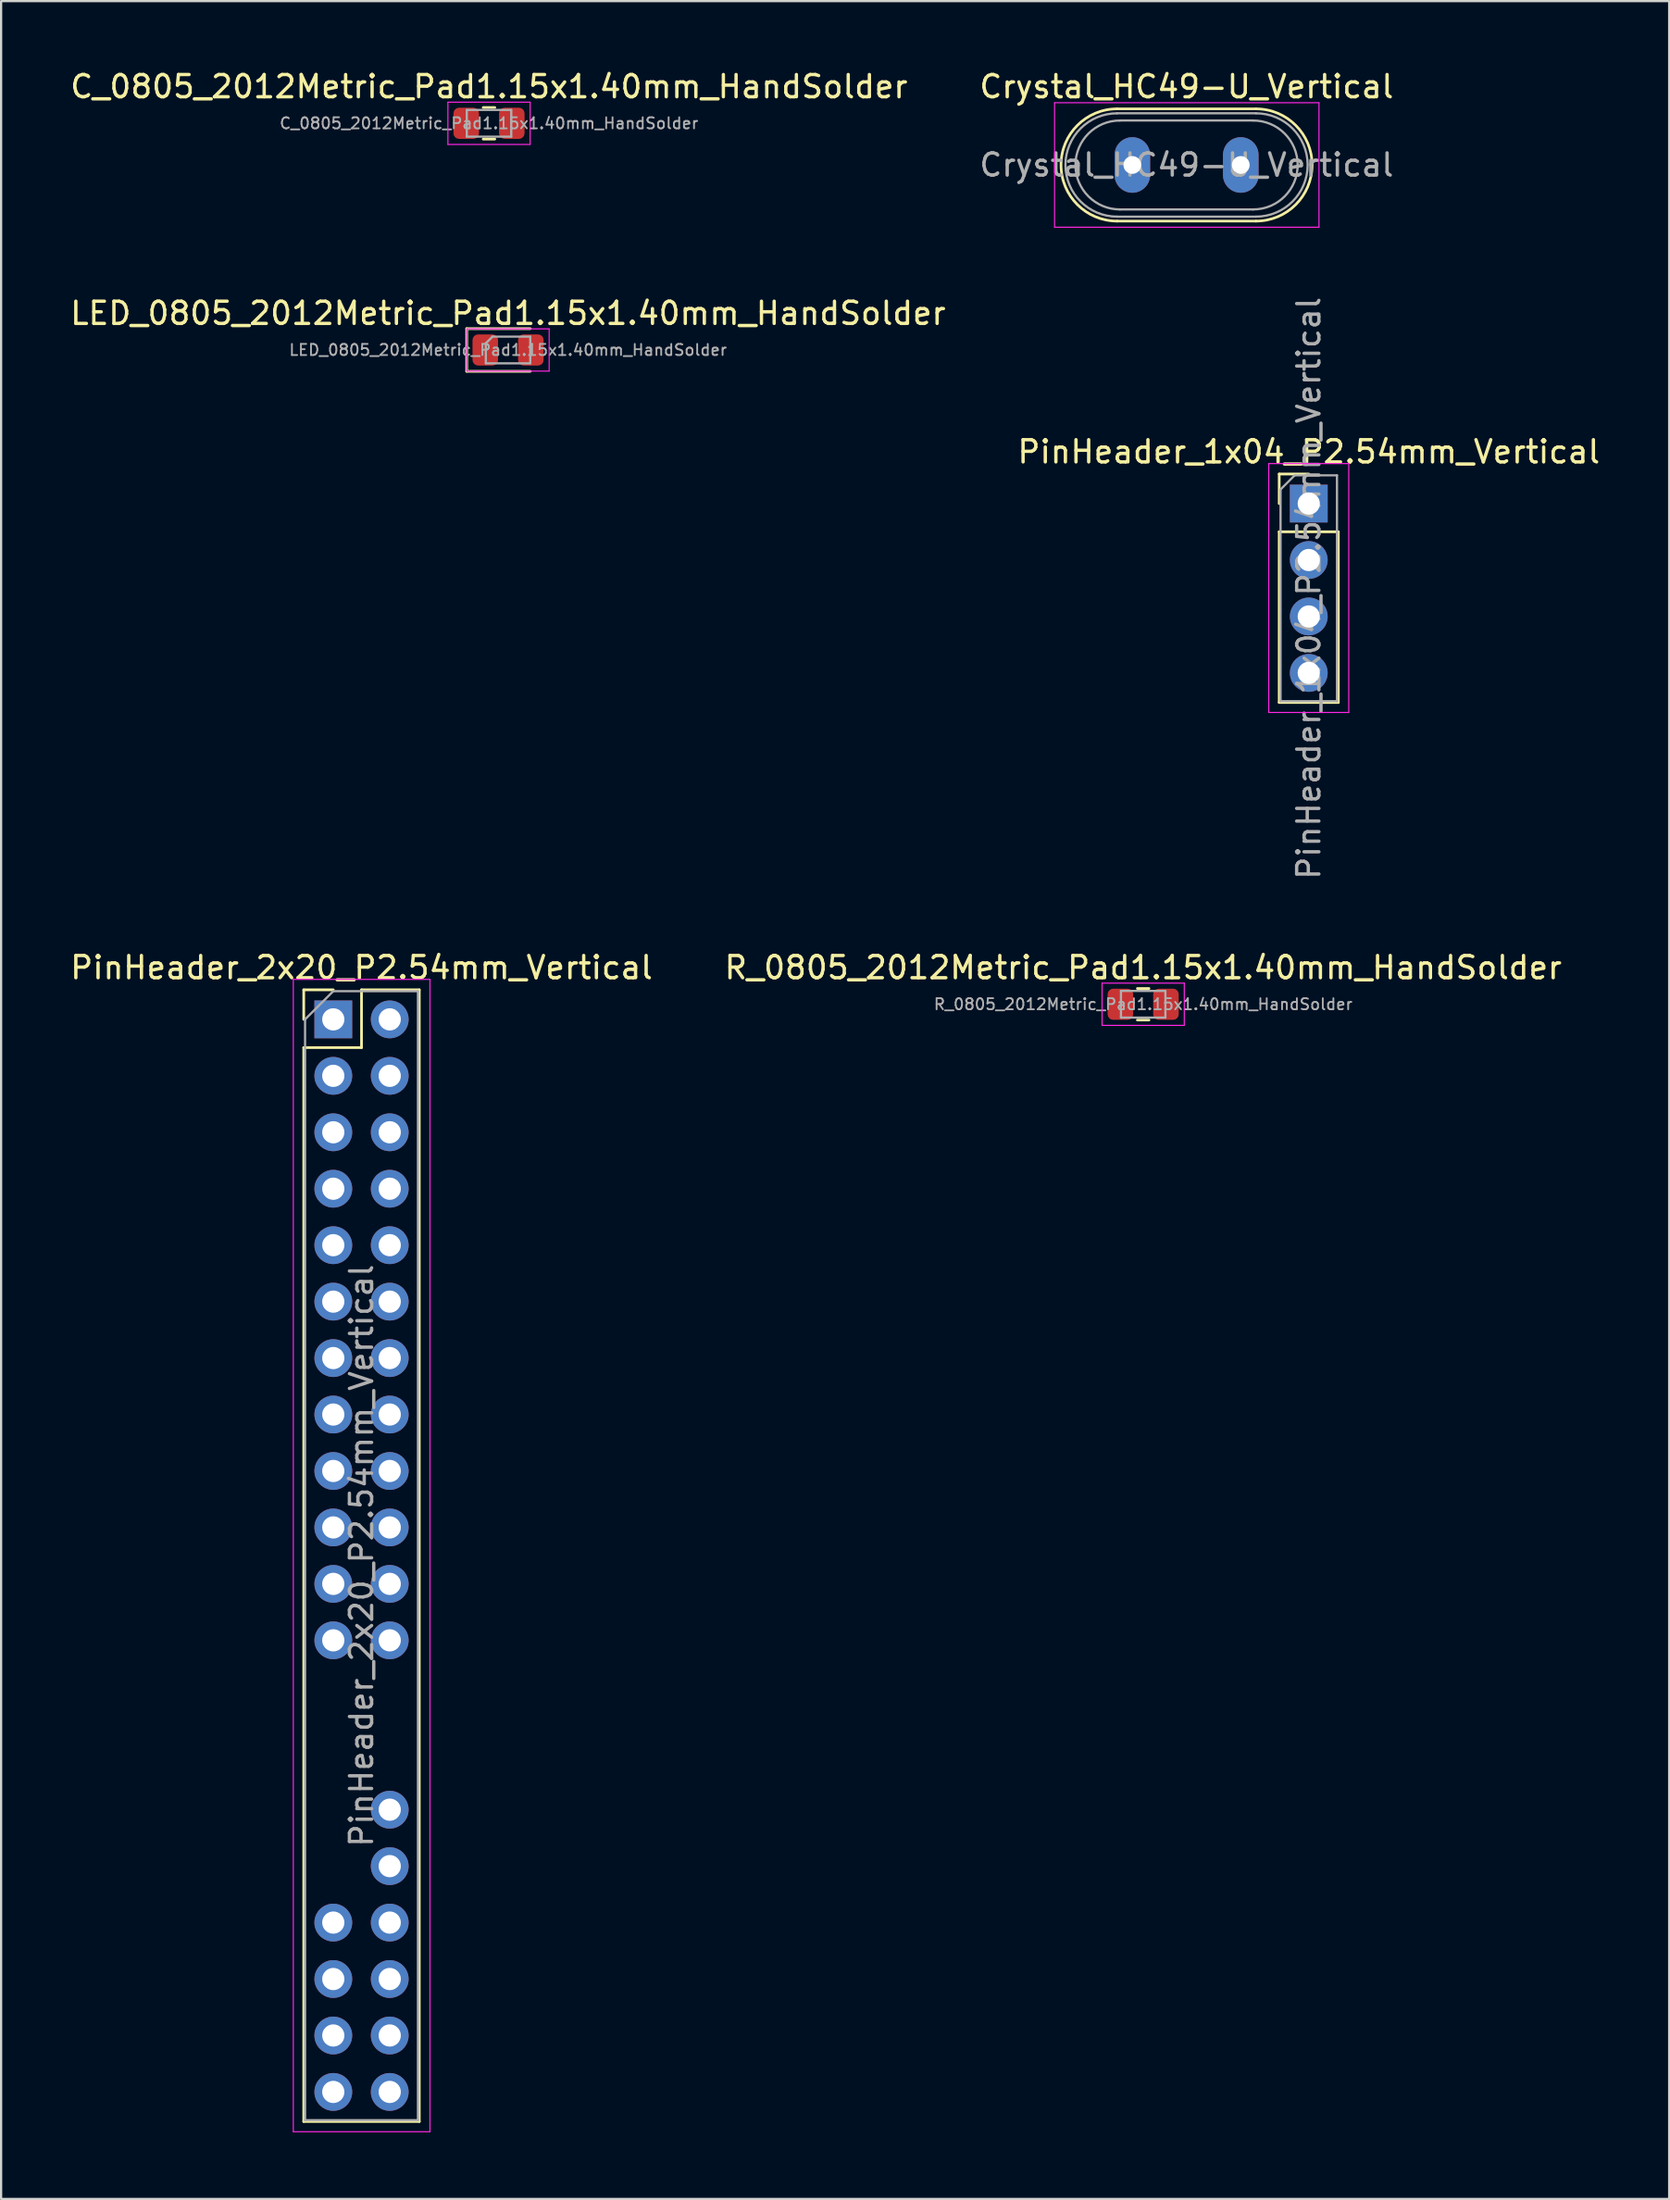
<source format=kicad_pcb>
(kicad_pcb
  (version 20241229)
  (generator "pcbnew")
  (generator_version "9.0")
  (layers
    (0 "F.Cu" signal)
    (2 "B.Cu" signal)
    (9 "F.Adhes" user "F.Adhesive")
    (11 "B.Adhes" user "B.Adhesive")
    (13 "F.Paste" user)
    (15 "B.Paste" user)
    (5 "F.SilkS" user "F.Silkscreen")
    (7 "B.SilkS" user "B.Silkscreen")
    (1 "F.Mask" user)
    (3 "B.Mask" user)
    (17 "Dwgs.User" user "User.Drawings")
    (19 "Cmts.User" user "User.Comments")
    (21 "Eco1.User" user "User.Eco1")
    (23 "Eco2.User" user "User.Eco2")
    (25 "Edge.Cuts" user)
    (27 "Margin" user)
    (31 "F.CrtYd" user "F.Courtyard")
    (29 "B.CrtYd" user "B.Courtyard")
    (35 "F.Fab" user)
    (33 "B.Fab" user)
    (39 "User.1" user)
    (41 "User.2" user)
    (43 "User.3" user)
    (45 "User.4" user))
  (footprint "R_0805_2012Metric_Pad1.15x1.40mm_HandSolder"
    (layer "F.Cu")
    (at 48.399 42.137)
    (property "Reference" "R_0805_2012Metric_Pad1.15x1.40mm_HandSolder" (at 0 -1.65 180) (layer "F.SilkS") (effects (font (size 1 1) (thickness 0.15))))
    (attr smd)
    (fp_line (start -0.261 -0.71) (end 0.261 -0.71) (stroke (width 0.12) (type solid)) (layer "F.SilkS"))
    (fp_line (start -0.261 0.71) (end 0.261 0.71) (stroke (width 0.12) (type solid)) (layer "F.SilkS"))
    (fp_line (start -1.85 -0.95) (end 1.85 -0.95) (stroke (width 0.05) (type solid)) (layer "F.CrtYd"))
    (fp_line (start -1.85 0.95) (end -1.85 -0.95) (stroke (width 0.05) (type solid)) (layer "F.CrtYd"))
    (fp_line (start 1.85 -0.95) (end 1.85 0.95) (stroke (width 0.05) (type solid)) (layer "F.CrtYd"))
    (fp_line (start 1.85 0.95) (end -1.85 0.95) (stroke (width 0.05) (type solid)) (layer "F.CrtYd"))
    (fp_line (start -1 -0.6) (end 1 -0.6) (stroke (width 0.1) (type solid)) (layer "F.Fab"))
    (fp_line (start -1 0.6) (end -1 -0.6) (stroke (width 0.1) (type solid)) (layer "F.Fab"))
    (fp_line (start 1 -0.6) (end 1 0.6) (stroke (width 0.1) (type solid)) (layer "F.Fab"))
    (fp_line (start 1 0.6) (end -1 0.6) (stroke (width 0.1) (type solid)) (layer "F.Fab"))
    (fp_text user "${REFERENCE}" (at 0 0 180) (layer "F.Fab") (effects (font (size 0.5 0.5) (thickness 0.08))))
    (pad "1" smd roundrect (at -1.025 0) (size 1.15 1.4) (layers "F.Cu" "F.Mask" "F.Paste") (roundrect_rratio 0.217))
    (pad "2" smd roundrect (at 1.025 0) (size 1.15 1.4) (layers "F.Cu" "F.Mask" "F.Paste") (roundrect_rratio 0.217)))
  (footprint "LED_0805_2012Metric_Pad1.15x1.40mm_HandSolder"
    (layer "F.Cu")
    (at 19.815 12.697)
    (property "Reference" "LED_0805_2012Metric_Pad1.15x1.40mm_HandSolder" (at 0 -1.65 180) (layer "F.SilkS") (effects (font (size 1 1) (thickness 0.15))))
    (attr smd)
    (fp_line (start -1.86 -0.96) (end -1.86 0.96) (stroke (width 0.12) (type solid)) (layer "F.SilkS"))
    (fp_line (start -1.86 0.96) (end 1 0.96) (stroke (width 0.12) (type solid)) (layer "F.SilkS"))
    (fp_line (start 1 -0.96) (end -1.86 -0.96) (stroke (width 0.12) (type solid)) (layer "F.SilkS"))
    (fp_line (start -1.85 -0.95) (end 1.85 -0.95) (stroke (width 0.05) (type solid)) (layer "F.CrtYd"))
    (fp_line (start -1.85 0.95) (end -1.85 -0.95) (stroke (width 0.05) (type solid)) (layer "F.CrtYd"))
    (fp_line (start 1.85 -0.95) (end 1.85 0.95) (stroke (width 0.05) (type solid)) (layer "F.CrtYd"))
    (fp_line (start 1.85 0.95) (end -1.85 0.95) (stroke (width 0.05) (type solid)) (layer "F.CrtYd"))
    (fp_line (start -1 -0.3) (end -1 0.6) (stroke (width 0.1) (type solid)) (layer "F.Fab"))
    (fp_line (start -1 0.6) (end 1 0.6) (stroke (width 0.1) (type solid)) (layer "F.Fab"))
    (fp_line (start -0.7 -0.6) (end -1 -0.3) (stroke (width 0.1) (type solid)) (layer "F.Fab"))
    (fp_line (start 1 -0.6) (end -0.7 -0.6) (stroke (width 0.1) (type solid)) (layer "F.Fab"))
    (fp_line (start 1 0.6) (end 1 -0.6) (stroke (width 0.1) (type solid)) (layer "F.Fab"))
    (fp_text user "${REFERENCE}" (at 0 0 180) (layer "F.Fab") (effects (font (size 0.5 0.5) (thickness 0.08))))
    (pad "1" smd roundrect (at -1.025 0) (size 1.15 1.4) (layers "F.Cu" "F.Mask" "F.Paste") (roundrect_rratio 0.217))
    (pad "2" smd roundrect (at 1.025 0) (size 1.15 1.4) (layers "F.Cu" "F.Mask" "F.Paste") (roundrect_rratio 0.217)))
  (footprint "PinHeader_2x20_P2.54mm_Vertical"
    (layer "F.Cu")
    (at 11.95 42.817)
    (property "Reference" "PinHeader_2x20_P2.54mm_Vertical" (at 1.27 -2.33 0) (layer "F.SilkS") (effects (font (size 1 1) (thickness 0.15))))
    (attr through_hole)
    (fp_line (start -1.33 -1.33) (end 0 -1.33) (stroke (width 0.12) (type solid)) (layer "F.SilkS"))
    (fp_line (start -1.33 0) (end -1.33 -1.33) (stroke (width 0.12) (type solid)) (layer "F.SilkS"))
    (fp_line (start -1.33 1.27) (end -1.33 49.59) (stroke (width 0.12) (type solid)) (layer "F.SilkS"))
    (fp_line (start -1.33 1.27) (end 1.27 1.27) (stroke (width 0.12) (type solid)) (layer "F.SilkS"))
    (fp_line (start -1.33 49.59) (end 3.87 49.59) (stroke (width 0.12) (type solid)) (layer "F.SilkS"))
    (fp_line (start 1.27 -1.33) (end 3.87 -1.33) (stroke (width 0.12) (type solid)) (layer "F.SilkS"))
    (fp_line (start 1.27 1.27) (end 1.27 -1.33) (stroke (width 0.12) (type solid)) (layer "F.SilkS"))
    (fp_line (start 3.87 -1.33) (end 3.87 49.59) (stroke (width 0.12) (type solid)) (layer "F.SilkS"))
    (fp_line (start -1.8 -1.8) (end -1.8 50.05) (stroke (width 0.05) (type solid)) (layer "F.CrtYd"))
    (fp_line (start -1.8 50.05) (end 4.35 50.05) (stroke (width 0.05) (type solid)) (layer "F.CrtYd"))
    (fp_line (start 4.35 -1.8) (end -1.8 -1.8) (stroke (width 0.05) (type solid)) (layer "F.CrtYd"))
    (fp_line (start 4.35 50.05) (end 4.35 -1.8) (stroke (width 0.05) (type solid)) (layer "F.CrtYd"))
    (fp_line (start -1.27 0) (end 0 -1.27) (stroke (width 0.1) (type solid)) (layer "F.Fab"))
    (fp_line (start -1.27 49.53) (end -1.27 0) (stroke (width 0.1) (type solid)) (layer "F.Fab"))
    (fp_line (start 0 -1.27) (end 3.81 -1.27) (stroke (width 0.1) (type solid)) (layer "F.Fab"))
    (fp_line (start 3.81 -1.27) (end 3.81 49.53) (stroke (width 0.1) (type solid)) (layer "F.Fab"))
    (fp_line (start 3.81 49.53) (end -1.27 49.53) (stroke (width 0.1) (type solid)) (layer "F.Fab"))
    (fp_text user "${REFERENCE}" (at 1.27 24.13 270) (layer "F.Fab") (effects (font (size 1 1) (thickness 0.15))))
    (pad "" smd oval (at 0 30.48) (size 1.7 1.7) (layers "F.Mask" "F.Paste"))
    (pad "" smd oval (at 0 33.02) (size 1.7 1.7) (layers "F.Mask" "F.Paste"))
    (pad "" smd oval (at 0 35.56) (size 1.7 1.7) (layers "F.Mask" "F.Paste"))
    (pad "" smd oval (at 0 38.1) (size 1.7 1.7) (layers "F.Mask" "F.Paste"))
    (pad "" smd oval (at 2.54 30.48) (size 1.7 1.7) (layers "F.Mask" "F.Paste"))
    (pad "" smd oval (at 2.54 33.02) (size 1.7 1.7) (layers "F.Mask" "F.Paste"))
    (pad "1" thru_hole rect (at 0 0) (size 1.7 1.7) (drill 1) (layers "*.Cu" "*.Mask"))
    (pad "2" thru_hole oval (at 2.54 0) (size 1.7 1.7) (drill 1) (layers "*.Cu" "*.Mask"))
    (pad "3" thru_hole oval (at 0 2.54) (size 1.7 1.7) (drill 1) (layers "*.Cu" "*.Mask"))
    (pad "4" thru_hole oval (at 2.54 2.54) (size 1.7 1.7) (drill 1) (layers "*.Cu" "*.Mask"))
    (pad "5" thru_hole oval (at 0 5.08) (size 1.7 1.7) (drill 1) (layers "*.Cu" "*.Mask"))
    (pad "6" thru_hole oval (at 2.54 5.08) (size 1.7 1.7) (drill 1) (layers "*.Cu" "*.Mask"))
    (pad "7" thru_hole oval (at 0 7.62) (size 1.7 1.7) (drill 1) (layers "*.Cu" "*.Mask"))
    (pad "8" thru_hole oval (at 2.54 7.62) (size 1.7 1.7) (drill 1) (layers "*.Cu" "*.Mask"))
    (pad "9" thru_hole oval (at 0 10.16) (size 1.7 1.7) (drill 1) (layers "*.Cu" "*.Mask"))
    (pad "10" thru_hole oval (at 2.54 10.16) (size 1.7 1.7) (drill 1) (layers "*.Cu" "*.Mask"))
    (pad "11" thru_hole oval (at 0 12.7) (size 1.7 1.7) (drill 1) (layers "*.Cu" "*.Mask"))
    (pad "12" thru_hole oval (at 2.54 12.7) (size 1.7 1.7) (drill 1) (layers "*.Cu" "*.Mask"))
    (pad "13" thru_hole oval (at 0 15.24) (size 1.7 1.7) (drill 1) (layers "*.Cu" "*.Mask"))
    (pad "14" thru_hole oval (at 2.54 15.24) (size 1.7 1.7) (drill 1) (layers "*.Cu" "*.Mask"))
    (pad "15" thru_hole oval (at 0 17.78) (size 1.7 1.7) (drill 1) (layers "*.Cu" "*.Mask"))
    (pad "16" thru_hole oval (at 2.54 17.78) (size 1.7 1.7) (drill 1) (layers "*.Cu" "*.Mask"))
    (pad "17" thru_hole oval (at 0 20.32) (size 1.7 1.7) (drill 1) (layers "*.Cu" "*.Mask"))
    (pad "18" thru_hole oval (at 2.54 20.32) (size 1.7 1.7) (drill 1) (layers "*.Cu" "*.Mask"))
    (pad "19" thru_hole oval (at 0 22.86) (size 1.7 1.7) (drill 1) (layers "*.Cu" "*.Mask"))
    (pad "20" thru_hole oval (at 2.54 22.86) (size 1.7 1.7) (drill 1) (layers "*.Cu" "*.Mask"))
    (pad "21" thru_hole oval (at 0 25.4) (size 1.7 1.7) (drill 1) (layers "*.Cu" "*.Mask"))
    (pad "22" thru_hole oval (at 2.54 25.4) (size 1.7 1.7) (drill 1) (layers "*.Cu" "*.Mask"))
    (pad "23" thru_hole oval (at 0 27.94) (size 1.7 1.7) (drill 1) (layers "*.Cu" "*.Mask"))
    (pad "24" thru_hole oval (at 2.54 27.94) (size 1.7 1.7) (drill 1) (layers "*.Cu" "*.Mask"))
    (pad "30" thru_hole oval (at 2.54 35.56) (size 1.7 1.7) (drill 1) (layers "*.Cu" "*.Mask"))
    (pad "32" thru_hole oval (at 2.54 38.1) (size 1.7 1.7) (drill 1) (layers "*.Cu" "*.Mask"))
    (pad "33" thru_hole oval (at 0 40.64) (size 1.7 1.7) (drill 1) (layers "*.Cu" "*.Mask"))
    (pad "34" thru_hole oval (at 2.54 40.64) (size 1.7 1.7) (drill 1) (layers "*.Cu" "*.Mask"))
    (pad "35" thru_hole oval (at 0 43.18) (size 1.7 1.7) (drill 1) (layers "*.Cu" "*.Mask"))
    (pad "36" thru_hole oval (at 2.54 43.18) (size 1.7 1.7) (drill 1) (layers "*.Cu" "*.Mask"))
    (pad "37" thru_hole oval (at 0 45.72) (size 1.7 1.7) (drill 1) (layers "*.Cu" "*.Mask"))
    (pad "38" thru_hole oval (at 2.54 45.72) (size 1.7 1.7) (drill 1) (layers "*.Cu" "*.Mask"))
    (pad "39" thru_hole oval (at 0 48.26) (size 1.7 1.7) (drill 1) (layers "*.Cu" "*.Mask"))
    (pad "40" thru_hole oval (at 2.54 48.26) (size 1.7 1.7) (drill 1) (layers "*.Cu" "*.Mask")))
  (footprint "Crystal_HC49-U_Vertical"
    (layer "F.Cu")
    (at 47.911 4.373)
    (property "Reference" "Crystal_HC49-U_Vertical" (at 2.44 -3.525 180) (layer "F.SilkS") (effects (font (size 1 1) (thickness 0.15))))
    (attr through_hole)
    (fp_line (start -0.685 -2.525) (end 5.565 -2.525) (stroke (width 0.12) (type solid)) (layer "F.SilkS"))
    (fp_line (start -0.685 2.525) (end 5.565 2.525) (stroke (width 0.12) (type solid)) (layer "F.SilkS"))
    (fp_arc (start -0.685 2.525) (mid -3.21 0) (end -0.685 -2.525) (stroke (width 0.12) (type solid)) (layer "F.SilkS"))
    (fp_arc (start 5.565 -2.525) (mid 8.09 0) (end 5.565 2.525) (stroke (width 0.12) (type solid)) (layer "F.SilkS"))
    (fp_line (start -3.5 -2.8) (end -3.5 2.8) (stroke (width 0.05) (type solid)) (layer "F.CrtYd"))
    (fp_line (start -3.5 2.8) (end 8.4 2.8) (stroke (width 0.05) (type solid)) (layer "F.CrtYd"))
    (fp_line (start 8.4 -2.8) (end -3.5 -2.8) (stroke (width 0.05) (type solid)) (layer "F.CrtYd"))
    (fp_line (start 8.4 2.8) (end 8.4 -2.8) (stroke (width 0.05) (type solid)) (layer "F.CrtYd"))
    (fp_line (start -0.685 -2.325) (end 5.565 -2.325) (stroke (width 0.1) (type solid)) (layer "F.Fab"))
    (fp_line (start -0.685 2.325) (end 5.565 2.325) (stroke (width 0.1) (type solid)) (layer "F.Fab"))
    (fp_line (start -0.56 -2) (end 5.44 -2) (stroke (width 0.1) (type solid)) (layer "F.Fab"))
    (fp_line (start -0.56 2) (end 5.44 2) (stroke (width 0.1) (type solid)) (layer "F.Fab"))
    (fp_arc (start -0.685 2.325) (mid -3.01 0) (end -0.685 -2.325) (stroke (width 0.1) (type solid)) (layer "F.Fab"))
    (fp_arc (start -0.56 2) (mid -2.56 0) (end -0.56 -2) (stroke (width 0.1) (type solid)) (layer "F.Fab"))
    (fp_arc (start 5.44 -2) (mid 7.44 0) (end 5.44 2) (stroke (width 0.1) (type solid)) (layer "F.Fab"))
    (fp_arc (start 5.565 -2.325) (mid 7.89 0) (end 5.565 2.325) (stroke (width 0.1) (type solid)) (layer "F.Fab"))
    (fp_text user "${REFERENCE}" (at 2.44 0 180) (layer "F.Fab") (effects (font (size 1 1) (thickness 0.15))))
    (pad "1" thru_hole oval (at 0 0) (size 1.6 2.5) (drill 0.8) (layers "*.Cu" "*.Mask"))
    (pad "2" thru_hole oval (at 4.88 0) (size 1.6 2.5) (drill 0.8) (layers "*.Cu" "*.Mask")))
  (footprint "PinHeader_1x04_P2.54mm_Vertical"
    (layer "F.Cu")
    (at 55.851 19.608)
    (property "Reference" "PinHeader_1x04_P2.54mm_Vertical" (at 0 -2.33 0) (layer "F.SilkS") (effects (font (size 1 1) (thickness 0.15))))
    (attr through_hole)
    (fp_line (start -1.33 -1.33) (end 0 -1.33) (stroke (width 0.12) (type solid)) (layer "F.SilkS"))
    (fp_line (start -1.33 0) (end -1.33 -1.33) (stroke (width 0.12) (type solid)) (layer "F.SilkS"))
    (fp_line (start -1.33 1.27) (end -1.33 8.95) (stroke (width 0.12) (type solid)) (layer "F.SilkS"))
    (fp_line (start -1.33 1.27) (end 1.33 1.27) (stroke (width 0.12) (type solid)) (layer "F.SilkS"))
    (fp_line (start -1.33 8.95) (end 1.33 8.95) (stroke (width 0.12) (type solid)) (layer "F.SilkS"))
    (fp_line (start 1.33 1.27) (end 1.33 8.95) (stroke (width 0.12) (type solid)) (layer "F.SilkS"))
    (fp_line (start -1.8 -1.8) (end -1.8 9.4) (stroke (width 0.05) (type solid)) (layer "F.CrtYd"))
    (fp_line (start -1.8 9.4) (end 1.8 9.4) (stroke (width 0.05) (type solid)) (layer "F.CrtYd"))
    (fp_line (start 1.8 -1.8) (end -1.8 -1.8) (stroke (width 0.05) (type solid)) (layer "F.CrtYd"))
    (fp_line (start 1.8 9.4) (end 1.8 -1.8) (stroke (width 0.05) (type solid)) (layer "F.CrtYd"))
    (fp_line (start -1.27 -0.635) (end -0.635 -1.27) (stroke (width 0.1) (type solid)) (layer "F.Fab"))
    (fp_line (start -1.27 8.89) (end -1.27 -0.635) (stroke (width 0.1) (type solid)) (layer "F.Fab"))
    (fp_line (start -0.635 -1.27) (end 1.27 -1.27) (stroke (width 0.1) (type solid)) (layer "F.Fab"))
    (fp_line (start 1.27 -1.27) (end 1.27 8.89) (stroke (width 0.1) (type solid)) (layer "F.Fab"))
    (fp_line (start 1.27 8.89) (end -1.27 8.89) (stroke (width 0.1) (type solid)) (layer "F.Fab"))
    (fp_text user "${REFERENCE}" (at 0 3.81 270) (layer "F.Fab") (effects (font (size 1 1) (thickness 0.15))))
    (pad "1" thru_hole rect (at 0 0) (size 1.7 1.7) (drill 1) (layers "*.Cu" "*.Mask"))
    (pad "2" thru_hole oval (at 0 2.54) (size 1.7 1.7) (drill 1) (layers "*.Cu" "*.Mask"))
    (pad "3" thru_hole oval (at 0 5.08) (size 1.7 1.7) (drill 1) (layers "*.Cu" "*.Mask"))
    (pad "4" thru_hole oval (at 0 7.62) (size 1.7 1.7) (drill 1) (layers "*.Cu" "*.Mask")))
  (footprint "C_0805_2012Metric_Pad1.15x1.40mm_HandSolder"
    (layer "F.Cu")
    (at 18.958 2.498)
    (property "Reference" "C_0805_2012Metric_Pad1.15x1.40mm_HandSolder" (at 0 -1.65 0) (layer "F.SilkS") (effects (font (size 1 1) (thickness 0.15))))
    (attr smd)
    (fp_line (start -0.261 -0.71) (end 0.261 -0.71) (stroke (width 0.12) (type solid)) (layer "F.SilkS"))
    (fp_line (start -0.261 0.71) (end 0.261 0.71) (stroke (width 0.12) (type solid)) (layer "F.SilkS"))
    (fp_line (start -1.85 -0.95) (end 1.85 -0.95) (stroke (width 0.05) (type solid)) (layer "F.CrtYd"))
    (fp_line (start -1.85 0.95) (end -1.85 -0.95) (stroke (width 0.05) (type solid)) (layer "F.CrtYd"))
    (fp_line (start 1.85 -0.95) (end 1.85 0.95) (stroke (width 0.05) (type solid)) (layer "F.CrtYd"))
    (fp_line (start 1.85 0.95) (end -1.85 0.95) (stroke (width 0.05) (type solid)) (layer "F.CrtYd"))
    (fp_line (start -1 -0.6) (end 1 -0.6) (stroke (width 0.1) (type solid)) (layer "F.Fab"))
    (fp_line (start -1 0.6) (end -1 -0.6) (stroke (width 0.1) (type solid)) (layer "F.Fab"))
    (fp_line (start 1 -0.6) (end 1 0.6) (stroke (width 0.1) (type solid)) (layer "F.Fab"))
    (fp_line (start 1 0.6) (end -1 0.6) (stroke (width 0.1) (type solid)) (layer "F.Fab"))
    (fp_text user "${REFERENCE}" (at 0 0 0) (layer "F.Fab") (effects (font (size 0.5 0.5) (thickness 0.08))))
    (pad "1" smd roundrect (at -1.025 0) (size 1.15 1.4) (layers "F.Cu" "F.Mask" "F.Paste") (roundrect_rratio 0.217))
    (pad "2" smd roundrect (at 1.025 0) (size 1.15 1.4) (layers "F.Cu" "F.Mask" "F.Paste") (roundrect_rratio 0.217)))
  (gr_rect
    (start -3 -3)
    (end 72.071 95.892)
    (stroke (width 0.1) (type default))
    (fill no)
    (layer "Edge.Cuts")))
</source>
